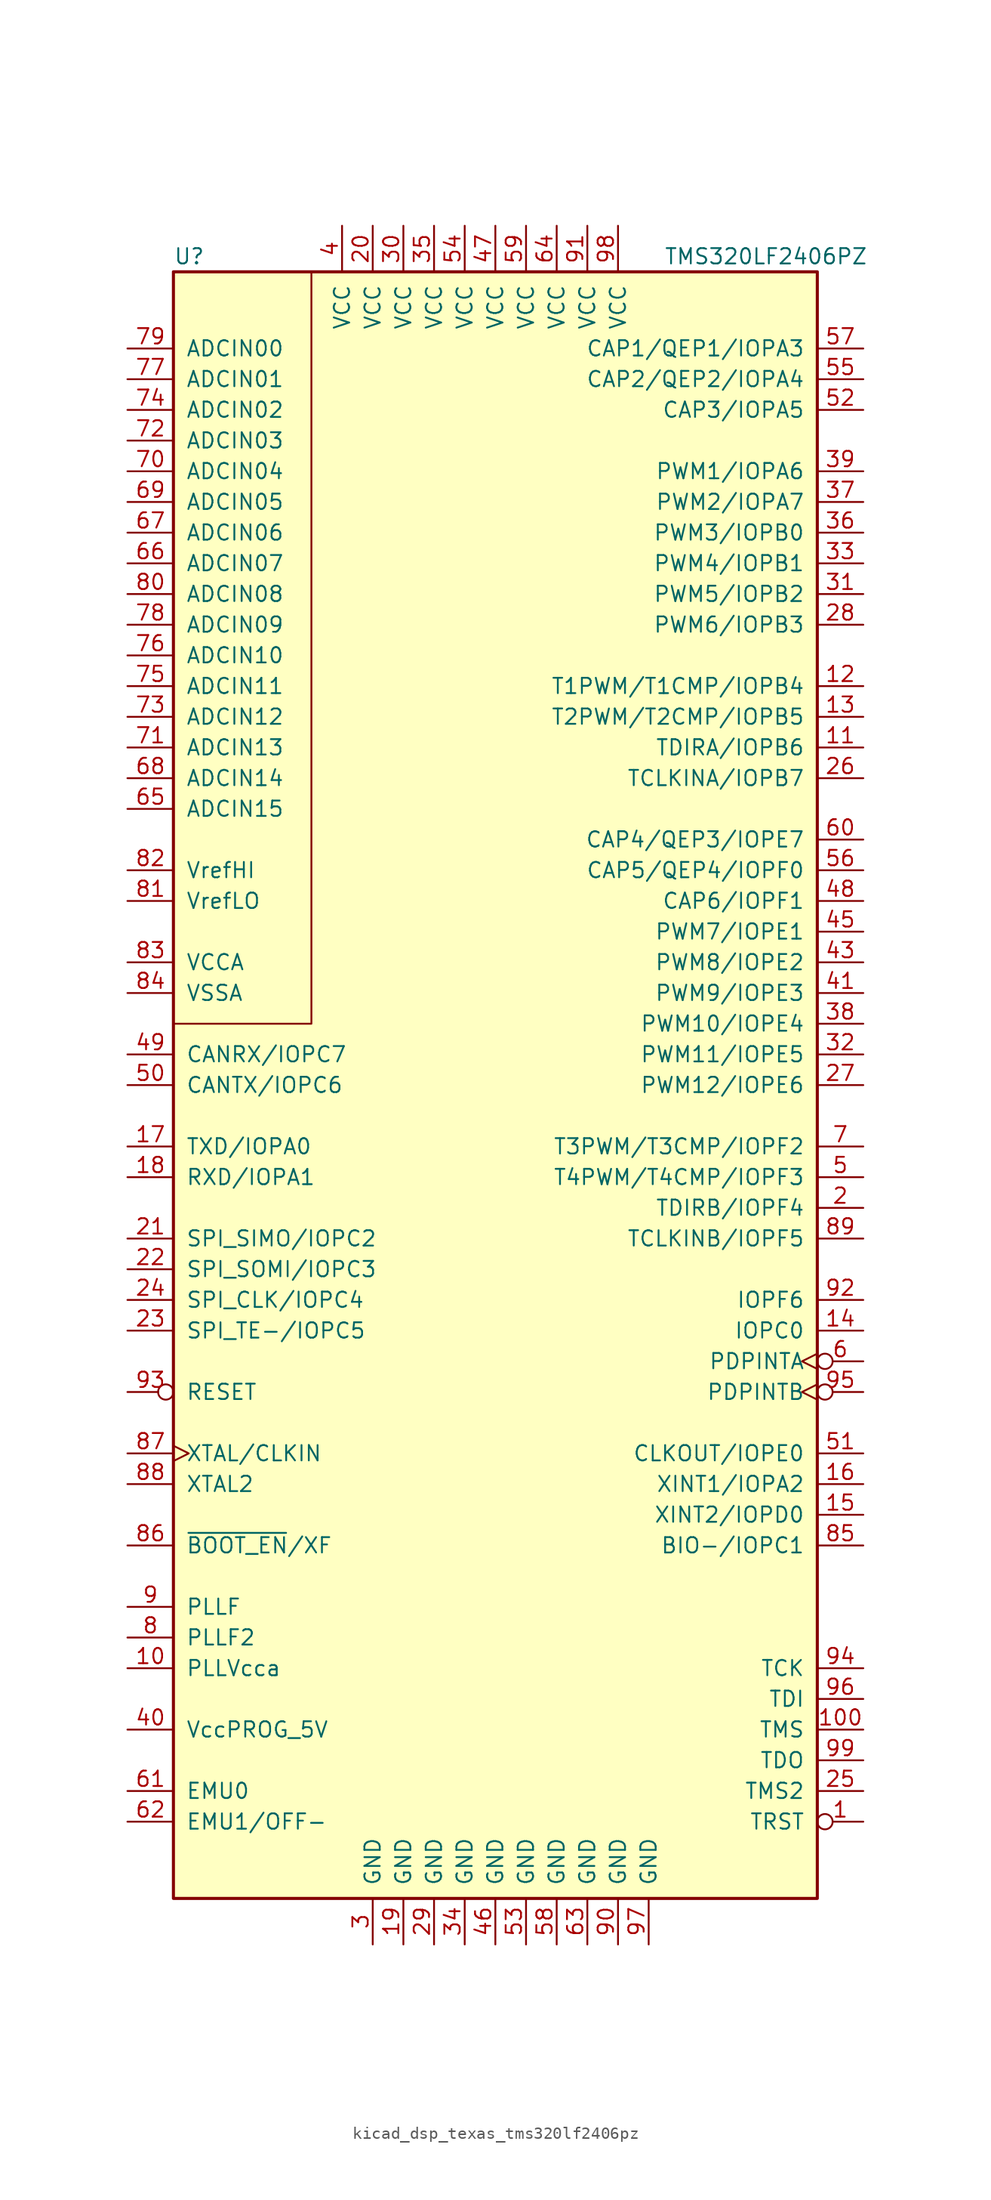
<source format=kicad_sym>
(kicad_symbol_lib
  (version 20220914)
  (generator kicad_symbol_editor)
  (symbol "kicad_dsp_texas_tms320lf2406pz"
    (pin_names
      (offset 1.016))
    (property "Reference" "U"
      (at -26.67 66.04 0)
      (effects (font (size 1.27 1.27)) (justify left)))
    (property "Value" "TMS320LF2406PZ"
      (at 13.97 66.04 0)
      (effects (font (size 1.27 1.27)) (justify left)))
    (symbol "kicad_dsp_texas_tms320lf2406pz_0_1"
      (rectangle (start -26.67 64.77) (end 26.67 -69.85) (stroke (width 0.254) (type default)) (fill (type background)))
      (polyline (pts (xy -15.24 64.77) (xy -15.24 2.54) (xy -22.86 2.54) (xy -26.67 2.54)) (stroke (width 0) (type default)) (fill (type none))))
    (symbol "kicad_dsp_texas_tms320lf2406pz_1_1"
      (pin input inverted (at 30.48 -63.5 180) (length 3.81) (name "TRST" (effects (font (size 1.27 1.27)))) (number "1" (effects (font (size 1.27 1.27)))))
      (pin passive line (at -30.48 -50.8 0) (length 3.81) (name "PLLVcca" (effects (font (size 1.27 1.27)))) (number "10" (effects (font (size 1.27 1.27)))))
      (pin input line (at 30.48 -55.88 180) (length 3.81) (name "TMS" (effects (font (size 1.27 1.27)))) (number "100" (effects (font (size 1.27 1.27)))))
      (pin bidirectional line (at 30.48 25.4 180) (length 3.81) (name "TDIRA/IOPB6" (effects (font (size 1.27 1.27)))) (number "11" (effects (font (size 1.27 1.27)))))
      (pin bidirectional line (at 30.48 30.48 180) (length 3.81) (name "T1PWM/T1CMP/IOPB4" (effects (font (size 1.27 1.27)))) (number "12" (effects (font (size 1.27 1.27)))))
      (pin bidirectional line (at 30.48 27.94 180) (length 3.81) (name "T2PWM/T2CMP/IOPB5" (effects (font (size 1.27 1.27)))) (number "13" (effects (font (size 1.27 1.27)))))
      (pin bidirectional line (at 30.48 -22.86 180) (length 3.81) (name "IOPC0" (effects (font (size 1.27 1.27)))) (number "14" (effects (font (size 1.27 1.27)))))
      (pin bidirectional line (at 30.48 -38.1 180) (length 3.81) (name "XINT2/IOPD0" (effects (font (size 1.27 1.27)))) (number "15" (effects (font (size 1.27 1.27)))))
      (pin bidirectional line (at 30.48 -35.56 180) (length 3.81) (name "XINT1/IOPA2" (effects (font (size 1.27 1.27)))) (number "16" (effects (font (size 1.27 1.27)))))
      (pin bidirectional line (at -30.48 -7.62 0) (length 3.81) (name "TXD/IOPA0" (effects (font (size 1.27 1.27)))) (number "17" (effects (font (size 1.27 1.27)))))
      (pin bidirectional line (at -30.48 -10.16 0) (length 3.81) (name "RXD/IOPA1" (effects (font (size 1.27 1.27)))) (number "18" (effects (font (size 1.27 1.27)))))
      (pin power_in line (at -7.62 -73.66 90) (length 3.81) (name "GND" (effects (font (size 1.27 1.27)))) (number "19" (effects (font (size 1.27 1.27)))))
      (pin bidirectional line (at 30.48 -12.7 180) (length 3.81) (name "TDIRB/IOPF4" (effects (font (size 1.27 1.27)))) (number "2" (effects (font (size 1.27 1.27)))))
      (pin power_in line (at -10.16 68.58 270) (length 3.81) (name "VCC" (effects (font (size 1.27 1.27)))) (number "20" (effects (font (size 1.27 1.27)))))
      (pin bidirectional line (at -30.48 -15.24 0) (length 3.81) (name "SPI_SIMO/IOPC2" (effects (font (size 1.27 1.27)))) (number "21" (effects (font (size 1.27 1.27)))))
      (pin bidirectional line (at -30.48 -17.78 0) (length 3.81) (name "SPI_SOMI/IOPC3" (effects (font (size 1.27 1.27)))) (number "22" (effects (font (size 1.27 1.27)))))
      (pin bidirectional line (at -30.48 -22.86 0) (length 3.81) (name "SPI_TE-/IOPC5" (effects (font (size 1.27 1.27)))) (number "23" (effects (font (size 1.27 1.27)))))
      (pin bidirectional line (at -30.48 -20.32 0) (length 3.81) (name "SPI_CLK/IOPC4" (effects (font (size 1.27 1.27)))) (number "24" (effects (font (size 1.27 1.27)))))
      (pin input line (at 30.48 -60.96 180) (length 3.81) (name "TMS2" (effects (font (size 1.27 1.27)))) (number "25" (effects (font (size 1.27 1.27)))))
      (pin passive line (at 30.48 22.86 180) (length 3.81) (name "TCLKINA/IOPB7" (effects (font (size 1.27 1.27)))) (number "26" (effects (font (size 1.27 1.27)))))
      (pin bidirectional line (at 30.48 -2.54 180) (length 3.81) (name "PWM12/IOPE6" (effects (font (size 1.27 1.27)))) (number "27" (effects (font (size 1.27 1.27)))))
      (pin bidirectional line (at 30.48 35.56 180) (length 3.81) (name "PWM6/IOPB3" (effects (font (size 1.27 1.27)))) (number "28" (effects (font (size 1.27 1.27)))))
      (pin power_in line (at -5.08 -73.66 90) (length 3.81) (name "GND" (effects (font (size 1.27 1.27)))) (number "29" (effects (font (size 1.27 1.27)))))
      (pin power_in line (at -10.16 -73.66 90) (length 3.81) (name "GND" (effects (font (size 1.27 1.27)))) (number "3" (effects (font (size 1.27 1.27)))))
      (pin power_in line (at -7.62 68.58 270) (length 3.81) (name "VCC" (effects (font (size 1.27 1.27)))) (number "30" (effects (font (size 1.27 1.27)))))
      (pin bidirectional line (at 30.48 38.1 180) (length 3.81) (name "PWM5/IOPB2" (effects (font (size 1.27 1.27)))) (number "31" (effects (font (size 1.27 1.27)))))
      (pin bidirectional line (at 30.48 0 180) (length 3.81) (name "PWM11/IOPE5" (effects (font (size 1.27 1.27)))) (number "32" (effects (font (size 1.27 1.27)))))
      (pin bidirectional line (at 30.48 40.64 180) (length 3.81) (name "PWM4/IOPB1" (effects (font (size 1.27 1.27)))) (number "33" (effects (font (size 1.27 1.27)))))
      (pin power_in line (at -2.54 -73.66 90) (length 3.81) (name "GND" (effects (font (size 1.27 1.27)))) (number "34" (effects (font (size 1.27 1.27)))))
      (pin power_in line (at -5.08 68.58 270) (length 3.81) (name "VCC" (effects (font (size 1.27 1.27)))) (number "35" (effects (font (size 1.27 1.27)))))
      (pin bidirectional line (at 30.48 43.18 180) (length 3.81) (name "PWM3/IOPB0" (effects (font (size 1.27 1.27)))) (number "36" (effects (font (size 1.27 1.27)))))
      (pin bidirectional line (at 30.48 45.72 180) (length 3.81) (name "PWM2/IOPA7" (effects (font (size 1.27 1.27)))) (number "37" (effects (font (size 1.27 1.27)))))
      (pin bidirectional line (at 30.48 2.54 180) (length 3.81) (name "PWM10/IOPE4" (effects (font (size 1.27 1.27)))) (number "38" (effects (font (size 1.27 1.27)))))
      (pin bidirectional line (at 30.48 48.26 180) (length 3.81) (name "PWM1/IOPA6" (effects (font (size 1.27 1.27)))) (number "39" (effects (font (size 1.27 1.27)))))
      (pin power_in line (at -12.7 68.58 270) (length 3.81) (name "VCC" (effects (font (size 1.27 1.27)))) (number "4" (effects (font (size 1.27 1.27)))))
      (pin passive line (at -30.48 -55.88 0) (length 3.81) (name "VccPROG_5V" (effects (font (size 1.27 1.27)))) (number "40" (effects (font (size 1.27 1.27)))))
      (pin bidirectional line (at 30.48 5.08 180) (length 3.81) (name "PWM9/IOPE3" (effects (font (size 1.27 1.27)))) (number "41" (effects (font (size 1.27 1.27)))))
      (pin bidirectional line (at 30.48 7.62 180) (length 3.81) (name "PWM8/IOPE2" (effects (font (size 1.27 1.27)))) (number "43" (effects (font (size 1.27 1.27)))))
      (pin bidirectional line (at 30.48 10.16 180) (length 3.81) (name "PWM7/IOPE1" (effects (font (size 1.27 1.27)))) (number "45" (effects (font (size 1.27 1.27)))))
      (pin power_in line (at 0 -73.66 90) (length 3.81) (name "GND" (effects (font (size 1.27 1.27)))) (number "46" (effects (font (size 1.27 1.27)))))
      (pin power_in line (at 0 68.58 270) (length 3.81) (name "VCC" (effects (font (size 1.27 1.27)))) (number "47" (effects (font (size 1.27 1.27)))))
      (pin bidirectional line (at 30.48 12.7 180) (length 3.81) (name "CAP6/IOPF1" (effects (font (size 1.27 1.27)))) (number "48" (effects (font (size 1.27 1.27)))))
      (pin bidirectional line (at -30.48 0 0) (length 3.81) (name "CANRX/IOPC7" (effects (font (size 1.27 1.27)))) (number "49" (effects (font (size 1.27 1.27)))))
      (pin bidirectional line (at 30.48 -10.16 180) (length 3.81) (name "T4PWM/T4CMP/IOPF3" (effects (font (size 1.27 1.27)))) (number "5" (effects (font (size 1.27 1.27)))))
      (pin bidirectional line (at -30.48 -2.54 0) (length 3.81) (name "CANTX/IOPC6" (effects (font (size 1.27 1.27)))) (number "50" (effects (font (size 1.27 1.27)))))
      (pin bidirectional line (at 30.48 -33.02 180) (length 3.81) (name "CLKOUT/IOPE0" (effects (font (size 1.27 1.27)))) (number "51" (effects (font (size 1.27 1.27)))))
      (pin bidirectional line (at 30.48 53.34 180) (length 3.81) (name "CAP3/IOPA5" (effects (font (size 1.27 1.27)))) (number "52" (effects (font (size 1.27 1.27)))))
      (pin power_in line (at 2.54 -73.66 90) (length 3.81) (name "GND" (effects (font (size 1.27 1.27)))) (number "53" (effects (font (size 1.27 1.27)))))
      (pin power_in line (at -2.54 68.58 270) (length 3.81) (name "VCC" (effects (font (size 1.27 1.27)))) (number "54" (effects (font (size 1.27 1.27)))))
      (pin bidirectional line (at 30.48 55.88 180) (length 3.81) (name "CAP2/QEP2/IOPA4" (effects (font (size 1.27 1.27)))) (number "55" (effects (font (size 1.27 1.27)))))
      (pin passive line (at 30.48 15.24 180) (length 3.81) (name "CAP5/QEP4/IOPF0" (effects (font (size 1.27 1.27)))) (number "56" (effects (font (size 1.27 1.27)))))
      (pin bidirectional line (at 30.48 58.42 180) (length 3.81) (name "CAP1/QEP1/IOPA3" (effects (font (size 1.27 1.27)))) (number "57" (effects (font (size 1.27 1.27)))))
      (pin power_in line (at 5.08 -73.66 90) (length 3.81) (name "GND" (effects (font (size 1.27 1.27)))) (number "58" (effects (font (size 1.27 1.27)))))
      (pin power_in line (at 2.54 68.58 270) (length 3.81) (name "VCC" (effects (font (size 1.27 1.27)))) (number "59" (effects (font (size 1.27 1.27)))))
      (pin input inverted_clock (at 30.48 -25.4 180) (length 3.81) (name "PDPINTA" (effects (font (size 1.27 1.27)))) (number "6" (effects (font (size 1.27 1.27)))))
      (pin bidirectional line (at 30.48 17.78 180) (length 3.81) (name "CAP4/QEP3/IOPE7" (effects (font (size 1.27 1.27)))) (number "60" (effects (font (size 1.27 1.27)))))
      (pin bidirectional line (at -30.48 -60.96 0) (length 3.81) (name "EMU0" (effects (font (size 1.27 1.27)))) (number "61" (effects (font (size 1.27 1.27)))))
      (pin bidirectional line (at -30.48 -63.5 0) (length 3.81) (name "EMU1/OFF-" (effects (font (size 1.27 1.27)))) (number "62" (effects (font (size 1.27 1.27)))))
      (pin power_in line (at 7.62 -73.66 90) (length 3.81) (name "GND" (effects (font (size 1.27 1.27)))) (number "63" (effects (font (size 1.27 1.27)))))
      (pin power_in line (at 5.08 68.58 270) (length 3.81) (name "VCC" (effects (font (size 1.27 1.27)))) (number "64" (effects (font (size 1.27 1.27)))))
      (pin input line (at -30.48 20.32 0) (length 3.81) (name "ADCIN15" (effects (font (size 1.27 1.27)))) (number "65" (effects (font (size 1.27 1.27)))))
      (pin input line (at -30.48 40.64 0) (length 3.81) (name "ADCIN07" (effects (font (size 1.27 1.27)))) (number "66" (effects (font (size 1.27 1.27)))))
      (pin input line (at -30.48 43.18 0) (length 3.81) (name "ADCIN06" (effects (font (size 1.27 1.27)))) (number "67" (effects (font (size 1.27 1.27)))))
      (pin input line (at -30.48 22.86 0) (length 3.81) (name "ADCIN14" (effects (font (size 1.27 1.27)))) (number "68" (effects (font (size 1.27 1.27)))))
      (pin input line (at -30.48 45.72 0) (length 3.81) (name "ADCIN05" (effects (font (size 1.27 1.27)))) (number "69" (effects (font (size 1.27 1.27)))))
      (pin bidirectional line (at 30.48 -7.62 180) (length 3.81) (name "T3PWM/T3CMP/IOPF2" (effects (font (size 1.27 1.27)))) (number "7" (effects (font (size 1.27 1.27)))))
      (pin input line (at -30.48 48.26 0) (length 3.81) (name "ADCIN04" (effects (font (size 1.27 1.27)))) (number "70" (effects (font (size 1.27 1.27)))))
      (pin input line (at -30.48 25.4 0) (length 3.81) (name "ADCIN13" (effects (font (size 1.27 1.27)))) (number "71" (effects (font (size 1.27 1.27)))))
      (pin input line (at -30.48 50.8 0) (length 3.81) (name "ADCIN03" (effects (font (size 1.27 1.27)))) (number "72" (effects (font (size 1.27 1.27)))))
      (pin input line (at -30.48 27.94 0) (length 3.81) (name "ADCIN12" (effects (font (size 1.27 1.27)))) (number "73" (effects (font (size 1.27 1.27)))))
      (pin input line (at -30.48 53.34 0) (length 3.81) (name "ADCIN02" (effects (font (size 1.27 1.27)))) (number "74" (effects (font (size 1.27 1.27)))))
      (pin input line (at -30.48 30.48 0) (length 3.81) (name "ADCIN11" (effects (font (size 1.27 1.27)))) (number "75" (effects (font (size 1.27 1.27)))))
      (pin input line (at -30.48 33.02 0) (length 3.81) (name "ADCIN10" (effects (font (size 1.27 1.27)))) (number "76" (effects (font (size 1.27 1.27)))))
      (pin input line (at -30.48 55.88 0) (length 3.81) (name "ADCIN01" (effects (font (size 1.27 1.27)))) (number "77" (effects (font (size 1.27 1.27)))))
      (pin input line (at -30.48 35.56 0) (length 3.81) (name "ADCIN09" (effects (font (size 1.27 1.27)))) (number "78" (effects (font (size 1.27 1.27)))))
      (pin input line (at -30.48 58.42 0) (length 3.81) (name "ADCIN00" (effects (font (size 1.27 1.27)))) (number "79" (effects (font (size 1.27 1.27)))))
      (pin passive line (at -30.48 -48.26 0) (length 3.81) (name "PLLF2" (effects (font (size 1.27 1.27)))) (number "8" (effects (font (size 1.27 1.27)))))
      (pin input line (at -30.48 38.1 0) (length 3.81) (name "ADCIN08" (effects (font (size 1.27 1.27)))) (number "80" (effects (font (size 1.27 1.27)))))
      (pin passive line (at -30.48 12.7 0) (length 3.81) (name "VrefLO" (effects (font (size 1.27 1.27)))) (number "81" (effects (font (size 1.27 1.27)))))
      (pin passive line (at -30.48 15.24 0) (length 3.81) (name "VrefHI" (effects (font (size 1.27 1.27)))) (number "82" (effects (font (size 1.27 1.27)))))
      (pin power_in line (at -30.48 7.62 0) (length 3.81) (name "VCCA" (effects (font (size 1.27 1.27)))) (number "83" (effects (font (size 1.27 1.27)))))
      (pin power_in line (at -30.48 5.08 0) (length 3.81) (name "VSSA" (effects (font (size 1.27 1.27)))) (number "84" (effects (font (size 1.27 1.27)))))
      (pin bidirectional line (at 30.48 -40.64 180) (length 3.81) (name "BIO-/IOPC1" (effects (font (size 1.27 1.27)))) (number "85" (effects (font (size 1.27 1.27)))))
      (pin output line (at -30.48 -40.64 0) (length 3.81) (name "~{BOOT_EN}/XF" (effects (font (size 1.27 1.27)))) (number "86" (effects (font (size 1.27 1.27)))))
      (pin input clock (at -30.48 -33.02 0) (length 3.81) (name "XTAL/CLKIN" (effects (font (size 1.27 1.27)))) (number "87" (effects (font (size 1.27 1.27)))))
      (pin output line (at -30.48 -35.56 0) (length 3.81) (name "XTAL2" (effects (font (size 1.27 1.27)))) (number "88" (effects (font (size 1.27 1.27)))))
      (pin bidirectional line (at 30.48 -15.24 180) (length 3.81) (name "TCLKINB/IOPF5" (effects (font (size 1.27 1.27)))) (number "89" (effects (font (size 1.27 1.27)))))
      (pin passive line (at -30.48 -45.72 0) (length 3.81) (name "PLLF" (effects (font (size 1.27 1.27)))) (number "9" (effects (font (size 1.27 1.27)))))
      (pin power_in line (at 10.16 -73.66 90) (length 3.81) (name "GND" (effects (font (size 1.27 1.27)))) (number "90" (effects (font (size 1.27 1.27)))))
      (pin power_in line (at 7.62 68.58 270) (length 3.81) (name "VCC" (effects (font (size 1.27 1.27)))) (number "91" (effects (font (size 1.27 1.27)))))
      (pin bidirectional line (at 30.48 -20.32 180) (length 3.81) (name "IOPF6" (effects (font (size 1.27 1.27)))) (number "92" (effects (font (size 1.27 1.27)))))
      (pin input inverted (at -30.48 -27.94 0) (length 3.81) (name "RESET" (effects (font (size 1.27 1.27)))) (number "93" (effects (font (size 1.27 1.27)))))
      (pin input line (at 30.48 -50.8 180) (length 3.81) (name "TCK" (effects (font (size 1.27 1.27)))) (number "94" (effects (font (size 1.27 1.27)))))
      (pin input inverted_clock (at 30.48 -27.94 180) (length 3.81) (name "PDPINTB" (effects (font (size 1.27 1.27)))) (number "95" (effects (font (size 1.27 1.27)))))
      (pin input line (at 30.48 -53.34 180) (length 3.81) (name "TDI" (effects (font (size 1.27 1.27)))) (number "96" (effects (font (size 1.27 1.27)))))
      (pin power_in line (at 12.7 -73.66 90) (length 3.81) (name "GND" (effects (font (size 1.27 1.27)))) (number "97" (effects (font (size 1.27 1.27)))))
      (pin power_in line (at 10.16 68.58 270) (length 3.81) (name "VCC" (effects (font (size 1.27 1.27)))) (number "98" (effects (font (size 1.27 1.27)))))
      (pin output line (at 30.48 -58.42 180) (length 3.81) (name "TDO" (effects (font (size 1.27 1.27)))) (number "99" (effects (font (size 1.27 1.27))))))))
</source>
